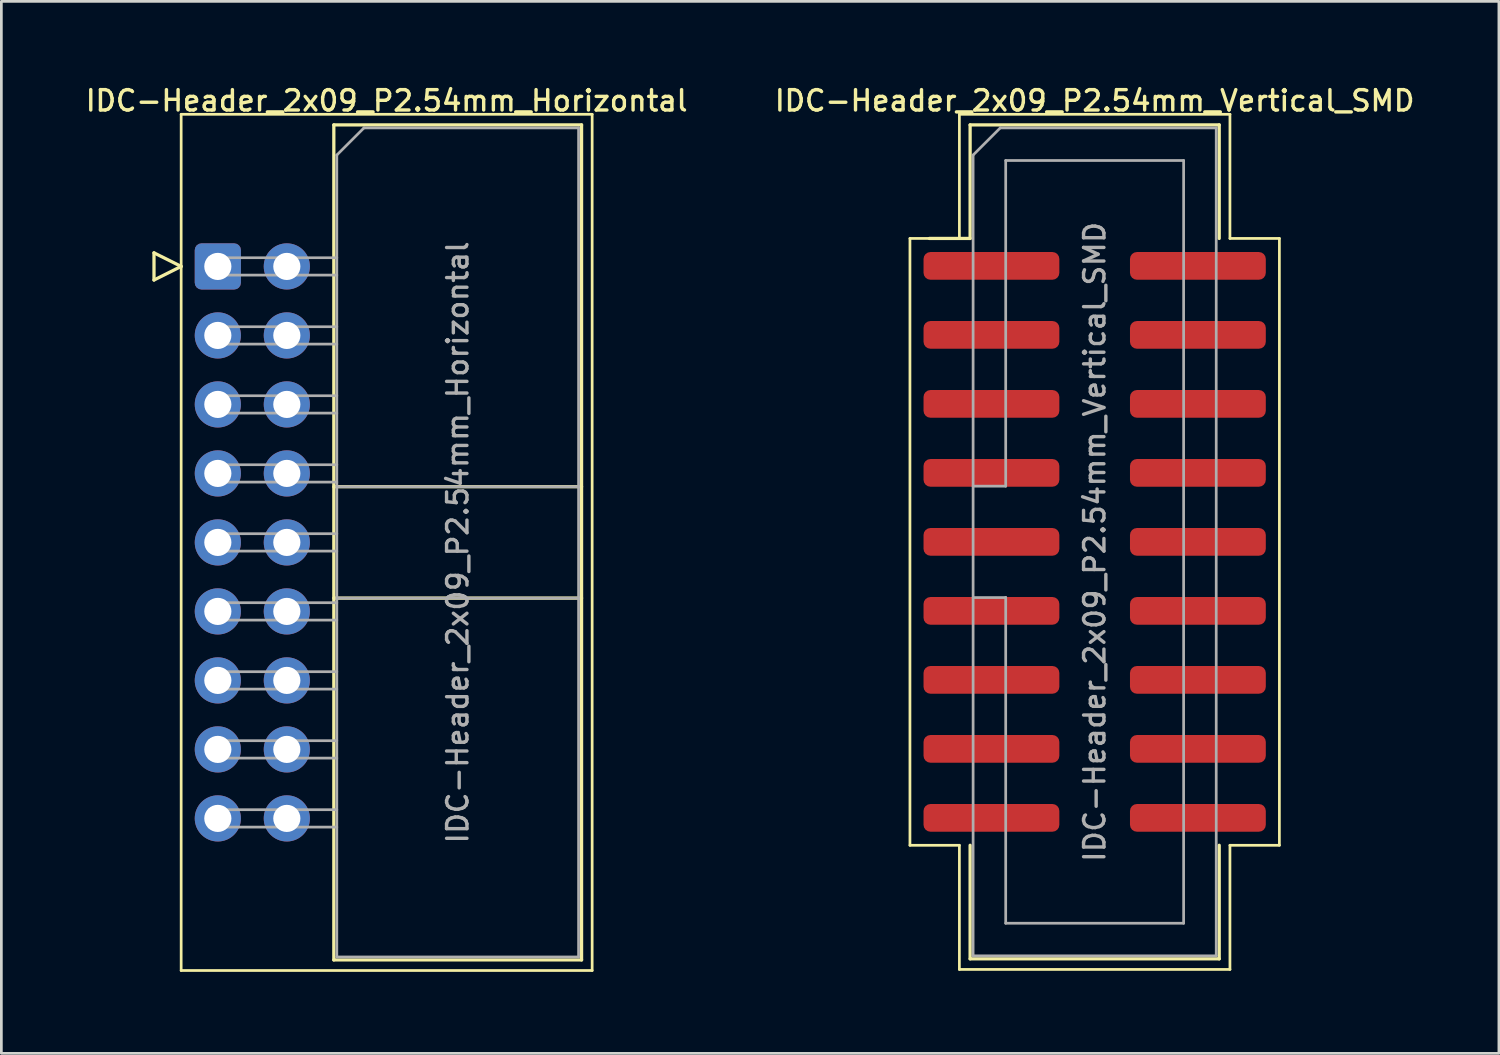
<source format=kicad_pcb>
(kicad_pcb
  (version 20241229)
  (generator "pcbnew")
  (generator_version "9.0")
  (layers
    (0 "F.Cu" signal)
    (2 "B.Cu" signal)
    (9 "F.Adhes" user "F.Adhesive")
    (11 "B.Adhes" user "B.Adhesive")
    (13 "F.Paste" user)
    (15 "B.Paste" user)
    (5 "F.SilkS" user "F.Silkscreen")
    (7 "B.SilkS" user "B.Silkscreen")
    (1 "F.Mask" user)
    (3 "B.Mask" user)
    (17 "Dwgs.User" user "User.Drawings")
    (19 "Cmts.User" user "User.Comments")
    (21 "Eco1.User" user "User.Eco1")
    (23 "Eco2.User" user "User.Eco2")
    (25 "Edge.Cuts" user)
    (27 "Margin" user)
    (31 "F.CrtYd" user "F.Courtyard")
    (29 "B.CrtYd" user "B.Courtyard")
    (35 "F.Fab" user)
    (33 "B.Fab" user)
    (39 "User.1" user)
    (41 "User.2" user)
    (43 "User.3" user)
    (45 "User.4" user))
  (footprint "IDC-Header_2x09_P2.54mm_Horizontal"
    (layer "F.Cu")
    (at 4.969 6.758)
    (property "Reference" "IDC-Header_2x09_P2.54mm_Horizontal" (at 6.215 -6.1 0) (layer "F.SilkS") (effects (font (size 0.75 0.75) (thickness 0.125))))
    (attr through_hole)
    (fp_line (start -2.35 -0.5) (end -2.35 0.5) (stroke (width 0.12) (type solid)) (layer "F.SilkS"))
    (fp_line (start -2.35 0.5) (end -1.35 0) (stroke (width 0.12) (type solid)) (layer "F.SilkS"))
    (fp_line (start -1.35 -5.6) (end -1.35 25.92) (stroke (width 0.1) (type solid)) (layer "F.SilkS"))
    (fp_line (start -1.35 0) (end -2.35 -0.5) (stroke (width 0.12) (type solid)) (layer "F.SilkS"))
    (fp_line (start -1.35 25.92) (end 13.78 25.92) (stroke (width 0.1) (type solid)) (layer "F.SilkS"))
    (fp_line (start 4.27 -5.21) (end 13.39 -5.21) (stroke (width 0.12) (type solid)) (layer "F.SilkS"))
    (fp_line (start 4.27 8.11) (end 13.39 8.11) (stroke (width 0.12) (type solid)) (layer "F.SilkS"))
    (fp_line (start 4.27 12.21) (end 13.39 12.21) (stroke (width 0.12) (type solid)) (layer "F.SilkS"))
    (fp_line (start 4.27 25.53) (end 4.27 -5.21) (stroke (width 0.12) (type solid)) (layer "F.SilkS"))
    (fp_line (start 13.39 -5.21) (end 13.39 25.53) (stroke (width 0.12) (type solid)) (layer "F.SilkS"))
    (fp_line (start 13.39 25.53) (end 4.27 25.53) (stroke (width 0.12) (type solid)) (layer "F.SilkS"))
    (fp_line (start 13.78 -5.6) (end -1.35 -5.6) (stroke (width 0.1) (type solid)) (layer "F.SilkS"))
    (fp_line (start 13.78 25.92) (end 13.78 -5.6) (stroke (width 0.1) (type solid)) (layer "F.SilkS"))
    (fp_line (start -0.32 -0.32) (end -0.32 0.32) (stroke (width 0.1) (type solid)) (layer "F.Fab"))
    (fp_line (start -0.32 0.32) (end 4.38 0.32) (stroke (width 0.1) (type solid)) (layer "F.Fab"))
    (fp_line (start -0.32 2.22) (end -0.32 2.86) (stroke (width 0.1) (type solid)) (layer "F.Fab"))
    (fp_line (start -0.32 2.86) (end 4.38 2.86) (stroke (width 0.1) (type solid)) (layer "F.Fab"))
    (fp_line (start -0.32 4.76) (end -0.32 5.4) (stroke (width 0.1) (type solid)) (layer "F.Fab"))
    (fp_line (start -0.32 5.4) (end 4.38 5.4) (stroke (width 0.1) (type solid)) (layer "F.Fab"))
    (fp_line (start -0.32 7.3) (end -0.32 7.94) (stroke (width 0.1) (type solid)) (layer "F.Fab"))
    (fp_line (start -0.32 7.94) (end 4.38 7.94) (stroke (width 0.1) (type solid)) (layer "F.Fab"))
    (fp_line (start -0.32 9.84) (end -0.32 10.48) (stroke (width 0.1) (type solid)) (layer "F.Fab"))
    (fp_line (start -0.32 10.48) (end 4.38 10.48) (stroke (width 0.1) (type solid)) (layer "F.Fab"))
    (fp_line (start -0.32 12.38) (end -0.32 13.02) (stroke (width 0.1) (type solid)) (layer "F.Fab"))
    (fp_line (start -0.32 13.02) (end 4.38 13.02) (stroke (width 0.1) (type solid)) (layer "F.Fab"))
    (fp_line (start -0.32 14.92) (end -0.32 15.56) (stroke (width 0.1) (type solid)) (layer "F.Fab"))
    (fp_line (start -0.32 15.56) (end 4.38 15.56) (stroke (width 0.1) (type solid)) (layer "F.Fab"))
    (fp_line (start -0.32 17.46) (end -0.32 18.1) (stroke (width 0.1) (type solid)) (layer "F.Fab"))
    (fp_line (start -0.32 18.1) (end 4.38 18.1) (stroke (width 0.1) (type solid)) (layer "F.Fab"))
    (fp_line (start -0.32 20) (end -0.32 20.64) (stroke (width 0.1) (type solid)) (layer "F.Fab"))
    (fp_line (start -0.32 20.64) (end 4.38 20.64) (stroke (width 0.1) (type solid)) (layer "F.Fab"))
    (fp_line (start 4.38 -4.1) (end 5.38 -5.1) (stroke (width 0.1) (type solid)) (layer "F.Fab"))
    (fp_line (start 4.38 -0.32) (end -0.32 -0.32) (stroke (width 0.1) (type solid)) (layer "F.Fab"))
    (fp_line (start 4.38 2.22) (end -0.32 2.22) (stroke (width 0.1) (type solid)) (layer "F.Fab"))
    (fp_line (start 4.38 4.76) (end -0.32 4.76) (stroke (width 0.1) (type solid)) (layer "F.Fab"))
    (fp_line (start 4.38 7.3) (end -0.32 7.3) (stroke (width 0.1) (type solid)) (layer "F.Fab"))
    (fp_line (start 4.38 8.11) (end 13.28 8.11) (stroke (width 0.1) (type solid)) (layer "F.Fab"))
    (fp_line (start 4.38 9.84) (end -0.32 9.84) (stroke (width 0.1) (type solid)) (layer "F.Fab"))
    (fp_line (start 4.38 12.21) (end 13.28 12.21) (stroke (width 0.1) (type solid)) (layer "F.Fab"))
    (fp_line (start 4.38 12.38) (end -0.32 12.38) (stroke (width 0.1) (type solid)) (layer "F.Fab"))
    (fp_line (start 4.38 14.92) (end -0.32 14.92) (stroke (width 0.1) (type solid)) (layer "F.Fab"))
    (fp_line (start 4.38 17.46) (end -0.32 17.46) (stroke (width 0.1) (type solid)) (layer "F.Fab"))
    (fp_line (start 4.38 20) (end -0.32 20) (stroke (width 0.1) (type solid)) (layer "F.Fab"))
    (fp_line (start 4.38 25.42) (end 4.38 -4.1) (stroke (width 0.1) (type solid)) (layer "F.Fab"))
    (fp_line (start 5.38 -5.1) (end 13.28 -5.1) (stroke (width 0.1) (type solid)) (layer "F.Fab"))
    (fp_line (start 13.28 -5.1) (end 13.28 25.42) (stroke (width 0.1) (type solid)) (layer "F.Fab"))
    (fp_line (start 13.28 25.42) (end 4.38 25.42) (stroke (width 0.1) (type solid)) (layer "F.Fab"))
    (fp_text user "${REFERENCE}" (at 8.83 10.16 90) (layer "F.Fab") (effects (font (size 0.75 0.75) (thickness 0.125))))
    (pad "1" thru_hole roundrect (at 0 0) (size 1.7 1.7) (drill 1) (layers "*.Cu" "*.Mask") (roundrect_rratio 0.147))
    (pad "2" thru_hole circle (at 2.54 0) (size 1.7 1.7) (drill 1) (layers "*.Cu" "*.Mask"))
    (pad "3" thru_hole circle (at 0 2.54) (size 1.7 1.7) (drill 1) (layers "*.Cu" "*.Mask"))
    (pad "4" thru_hole circle (at 2.54 2.54) (size 1.7 1.7) (drill 1) (layers "*.Cu" "*.Mask"))
    (pad "5" thru_hole circle (at 0 5.08) (size 1.7 1.7) (drill 1) (layers "*.Cu" "*.Mask"))
    (pad "6" thru_hole circle (at 2.54 5.08) (size 1.7 1.7) (drill 1) (layers "*.Cu" "*.Mask"))
    (pad "7" thru_hole circle (at 0 7.62) (size 1.7 1.7) (drill 1) (layers "*.Cu" "*.Mask"))
    (pad "8" thru_hole circle (at 2.54 7.62) (size 1.7 1.7) (drill 1) (layers "*.Cu" "*.Mask"))
    (pad "9" thru_hole circle (at 0 10.16) (size 1.7 1.7) (drill 1) (layers "*.Cu" "*.Mask"))
    (pad "10" thru_hole circle (at 2.54 10.16) (size 1.7 1.7) (drill 1) (layers "*.Cu" "*.Mask"))
    (pad "11" thru_hole circle (at 0 12.7) (size 1.7 1.7) (drill 1) (layers "*.Cu" "*.Mask"))
    (pad "12" thru_hole circle (at 2.54 12.7) (size 1.7 1.7) (drill 1) (layers "*.Cu" "*.Mask"))
    (pad "13" thru_hole circle (at 0 15.24) (size 1.7 1.7) (drill 1) (layers "*.Cu" "*.Mask"))
    (pad "14" thru_hole circle (at 2.54 15.24) (size 1.7 1.7) (drill 1) (layers "*.Cu" "*.Mask"))
    (pad "15" thru_hole circle (at 0 17.78) (size 1.7 1.7) (drill 1) (layers "*.Cu" "*.Mask"))
    (pad "16" thru_hole circle (at 2.54 17.78) (size 1.7 1.7) (drill 1) (layers "*.Cu" "*.Mask"))
    (pad "17" thru_hole circle (at 0 20.32) (size 1.7 1.7) (drill 1) (layers "*.Cu" "*.Mask"))
    (pad "18" thru_hole circle (at 2.54 20.32) (size 1.7 1.7) (drill 1) (layers "*.Cu" "*.Mask")))
  (footprint "IDC-Header_2x09_P2.54mm_Vertical_SMD"
    (layer "F.Cu")
    (at 37.248 16.898)
    (property "Reference" "IDC-Header_2x09_P2.54mm_Vertical_SMD" (at 0 -16.24 0) (layer "F.SilkS") (effects (font (size 0.75 0.75) (thickness 0.125))))
    (attr smd)
    (fp_line (start -6.8 -11.17) (end -6.8 11.17) (stroke (width 0.1) (type solid)) (layer "F.SilkS"))
    (fp_line (start -6.8 11.17) (end -4.98 11.17) (stroke (width 0.1) (type solid)) (layer "F.SilkS"))
    (fp_line (start -4.98 -15.74) (end -4.98 -11.17) (stroke (width 0.1) (type solid)) (layer "F.SilkS"))
    (fp_line (start -4.98 -11.17) (end -6.8 -11.17) (stroke (width 0.1) (type solid)) (layer "F.SilkS"))
    (fp_line (start -4.98 11.17) (end -4.98 15.74) (stroke (width 0.1) (type solid)) (layer "F.SilkS"))
    (fp_line (start -4.98 15.74) (end 4.98 15.74) (stroke (width 0.1) (type solid)) (layer "F.SilkS"))
    (fp_line (start -4.585 -15.35) (end 4.585 -15.35) (stroke (width 0.12) (type solid)) (layer "F.SilkS"))
    (fp_line (start -4.585 -11.17) (end -6.085 -11.17) (stroke (width 0.12) (type solid)) (layer "F.SilkS"))
    (fp_line (start -4.585 -11.17) (end -4.585 -15.35) (stroke (width 0.12) (type solid)) (layer "F.SilkS"))
    (fp_line (start -4.585 11.17) (end -4.585 15.35) (stroke (width 0.12) (type solid)) (layer "F.SilkS"))
    (fp_line (start -4.585 15.35) (end 4.585 15.35) (stroke (width 0.12) (type solid)) (layer "F.SilkS"))
    (fp_line (start 4.585 -15.35) (end 4.585 -11.17) (stroke (width 0.12) (type solid)) (layer "F.SilkS"))
    (fp_line (start 4.585 15.35) (end 4.585 11.17) (stroke (width 0.12) (type solid)) (layer "F.SilkS"))
    (fp_line (start 4.98 -15.74) (end -4.98 -15.74) (stroke (width 0.1) (type solid)) (layer "F.SilkS"))
    (fp_line (start 4.98 -11.17) (end 4.98 -15.74) (stroke (width 0.1) (type solid)) (layer "F.SilkS"))
    (fp_line (start 4.98 11.17) (end 6.8 11.17) (stroke (width 0.1) (type solid)) (layer "F.SilkS"))
    (fp_line (start 4.98 15.74) (end 4.98 11.17) (stroke (width 0.1) (type solid)) (layer "F.SilkS"))
    (fp_line (start 6.8 -11.17) (end 4.98 -11.17) (stroke (width 0.1) (type solid)) (layer "F.SilkS"))
    (fp_line (start 6.8 11.17) (end 6.8 -11.17) (stroke (width 0.1) (type solid)) (layer "F.SilkS"))
    (fp_line (start -4.475 -14.24) (end -3.475 -15.24) (stroke (width 0.1) (type solid)) (layer "F.Fab"))
    (fp_line (start -4.475 -2.05) (end -3.275 -2.05) (stroke (width 0.1) (type solid)) (layer "F.Fab"))
    (fp_line (start -4.475 15.24) (end -4.475 -14.24) (stroke (width 0.1) (type solid)) (layer "F.Fab"))
    (fp_line (start -3.475 -15.24) (end 4.475 -15.24) (stroke (width 0.1) (type solid)) (layer "F.Fab"))
    (fp_line (start -3.275 -14.04) (end 3.275 -14.04) (stroke (width 0.1) (type solid)) (layer "F.Fab"))
    (fp_line (start -3.275 -2.05) (end -3.275 -14.04) (stroke (width 0.1) (type solid)) (layer "F.Fab"))
    (fp_line (start -3.275 2.05) (end -4.475 2.05) (stroke (width 0.1) (type solid)) (layer "F.Fab"))
    (fp_line (start -3.275 2.05) (end -3.275 2.05) (stroke (width 0.1) (type solid)) (layer "F.Fab"))
    (fp_line (start -3.275 14.04) (end -3.275 2.05) (stroke (width 0.1) (type solid)) (layer "F.Fab"))
    (fp_line (start 3.275 -14.04) (end 3.275 14.04) (stroke (width 0.1) (type solid)) (layer "F.Fab"))
    (fp_line (start 3.275 14.04) (end -3.275 14.04) (stroke (width 0.1) (type solid)) (layer "F.Fab"))
    (fp_line (start 4.475 -15.24) (end 4.475 15.24) (stroke (width 0.1) (type solid)) (layer "F.Fab"))
    (fp_line (start 4.475 15.24) (end -4.475 15.24) (stroke (width 0.1) (type solid)) (layer "F.Fab"))
    (fp_text user "${REFERENCE}" (at 0 0 90) (layer "F.Fab") (effects (font (size 0.75 0.75) (thickness 0.125))))
    (pad "1" smd roundrect (at -3.8 -10.16) (size 5 1.02) (layers "F.Cu" "F.Mask" "F.Paste") (roundrect_rratio 0.25))
    (pad "2" smd roundrect (at 3.8 -10.16) (size 5 1.02) (layers "F.Cu" "F.Mask" "F.Paste") (roundrect_rratio 0.25))
    (pad "3" smd roundrect (at -3.8 -7.62) (size 5 1.02) (layers "F.Cu" "F.Mask" "F.Paste") (roundrect_rratio 0.25))
    (pad "4" smd roundrect (at 3.8 -7.62) (size 5 1.02) (layers "F.Cu" "F.Mask" "F.Paste") (roundrect_rratio 0.25))
    (pad "5" smd roundrect (at -3.8 -5.08) (size 5 1.02) (layers "F.Cu" "F.Mask" "F.Paste") (roundrect_rratio 0.25))
    (pad "6" smd roundrect (at 3.8 -5.08) (size 5 1.02) (layers "F.Cu" "F.Mask" "F.Paste") (roundrect_rratio 0.25))
    (pad "7" smd roundrect (at -3.8 -2.54) (size 5 1.02) (layers "F.Cu" "F.Mask" "F.Paste") (roundrect_rratio 0.25))
    (pad "8" smd roundrect (at 3.8 -2.54) (size 5 1.02) (layers "F.Cu" "F.Mask" "F.Paste") (roundrect_rratio 0.25))
    (pad "9" smd roundrect (at -3.8 0) (size 5 1.02) (layers "F.Cu" "F.Mask" "F.Paste") (roundrect_rratio 0.25))
    (pad "10" smd roundrect (at 3.8 0) (size 5 1.02) (layers "F.Cu" "F.Mask" "F.Paste") (roundrect_rratio 0.25))
    (pad "11" smd roundrect (at -3.8 2.54) (size 5 1.02) (layers "F.Cu" "F.Mask" "F.Paste") (roundrect_rratio 0.25))
    (pad "12" smd roundrect (at 3.8 2.54) (size 5 1.02) (layers "F.Cu" "F.Mask" "F.Paste") (roundrect_rratio 0.25))
    (pad "13" smd roundrect (at -3.8 5.08) (size 5 1.02) (layers "F.Cu" "F.Mask" "F.Paste") (roundrect_rratio 0.25))
    (pad "14" smd roundrect (at 3.8 5.08) (size 5 1.02) (layers "F.Cu" "F.Mask" "F.Paste") (roundrect_rratio 0.25))
    (pad "15" smd roundrect (at -3.8 7.62) (size 5 1.02) (layers "F.Cu" "F.Mask" "F.Paste") (roundrect_rratio 0.25))
    (pad "16" smd roundrect (at 3.8 7.62) (size 5 1.02) (layers "F.Cu" "F.Mask" "F.Paste") (roundrect_rratio 0.25))
    (pad "17" smd roundrect (at -3.8 10.16) (size 5 1.02) (layers "F.Cu" "F.Mask" "F.Paste") (roundrect_rratio 0.25))
    (pad "18" smd roundrect (at 3.8 10.16) (size 5 1.02) (layers "F.Cu" "F.Mask" "F.Paste") (roundrect_rratio 0.25)))
  (gr_rect
    (start -3 -3)
    (end 52.129 35.728)
    (stroke (width 0.1) (type default))
    (fill no)
    (layer "Edge.Cuts")))
</source>
